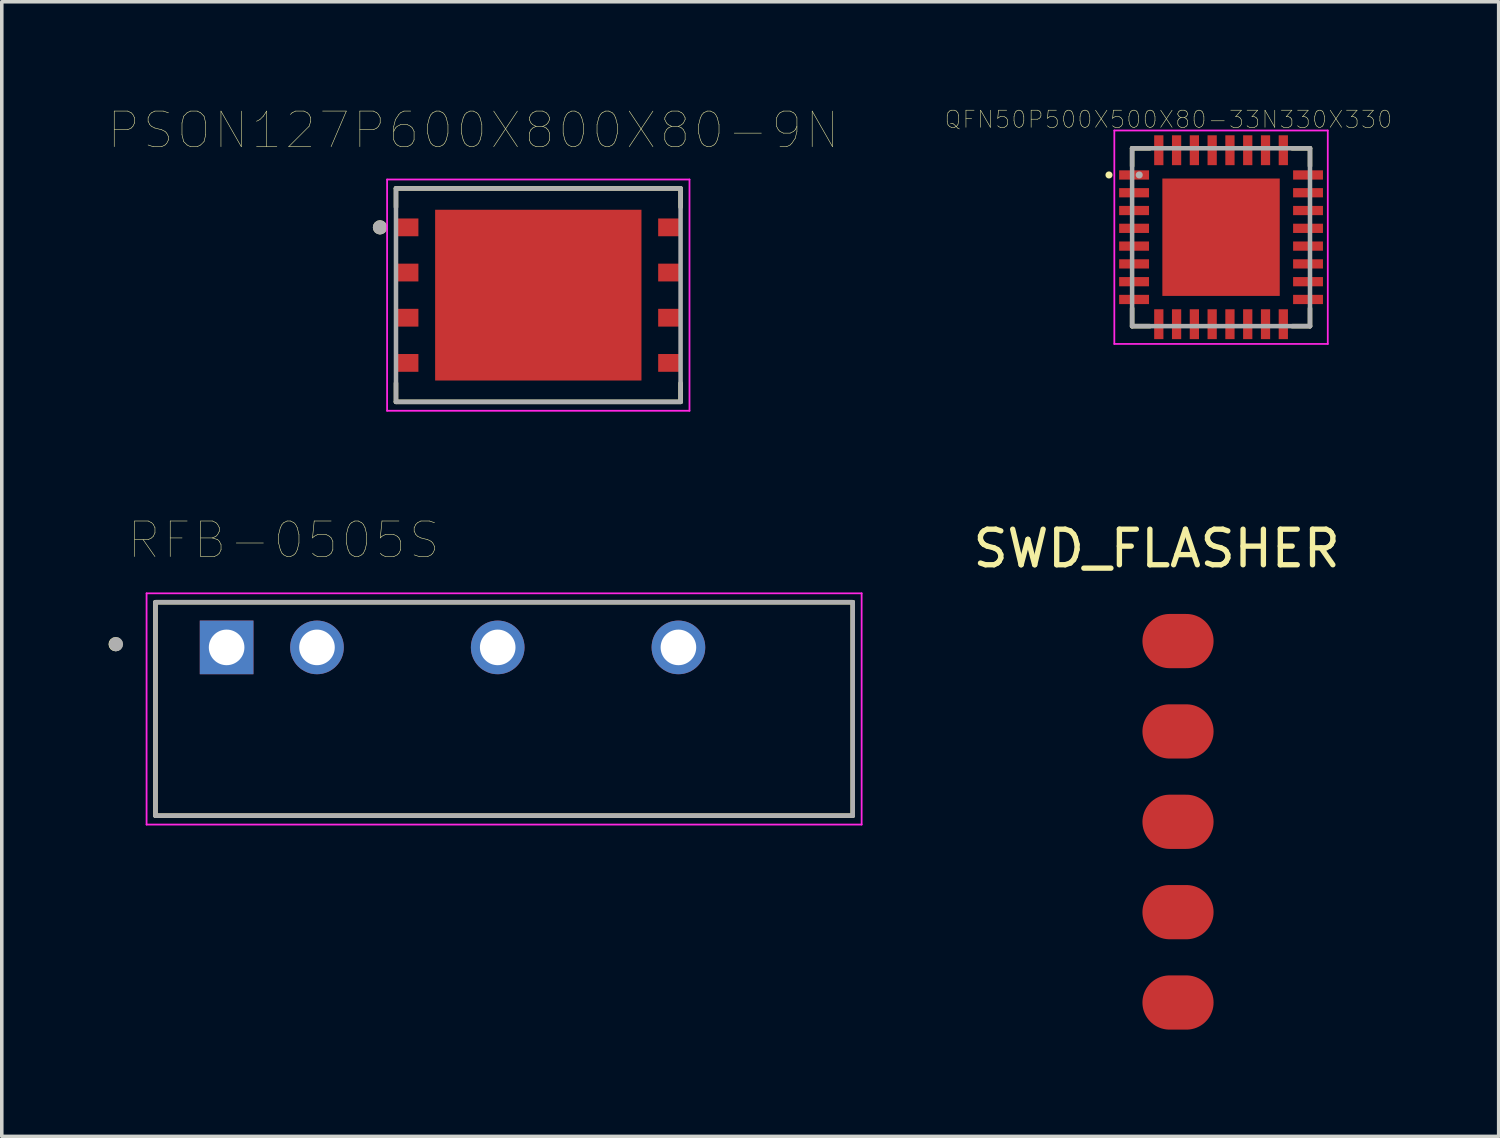
<source format=kicad_pcb>
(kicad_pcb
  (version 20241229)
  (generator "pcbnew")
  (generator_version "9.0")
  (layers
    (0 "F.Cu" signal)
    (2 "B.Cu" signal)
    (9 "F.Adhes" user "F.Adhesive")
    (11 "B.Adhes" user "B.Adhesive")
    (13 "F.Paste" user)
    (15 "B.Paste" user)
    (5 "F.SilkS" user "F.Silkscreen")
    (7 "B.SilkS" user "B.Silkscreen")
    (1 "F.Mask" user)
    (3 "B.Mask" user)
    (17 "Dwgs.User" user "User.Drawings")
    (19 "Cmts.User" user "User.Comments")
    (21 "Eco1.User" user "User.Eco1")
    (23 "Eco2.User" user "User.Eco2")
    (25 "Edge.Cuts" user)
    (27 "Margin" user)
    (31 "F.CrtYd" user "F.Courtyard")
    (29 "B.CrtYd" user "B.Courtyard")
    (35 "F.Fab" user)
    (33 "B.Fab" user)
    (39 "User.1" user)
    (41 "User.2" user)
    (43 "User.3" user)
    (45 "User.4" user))
  (footprint "SWD_FLASHER"
    (layer "F.Cu")
    (at 30.063 19.97)
    (property "Reference" "SWD_FLASHER" (at -0.6 -7.6 180) (layer "F.SilkS") (effects (font (size 1 1) (thickness 0.15))))
    (attr through_hole)
    (pad "1" smd oval (at 0 -5) (size 2 1.524) (layers "F.Cu" "F.Mask" "F.Paste"))
    (pad "2" smd oval (at 0 -2.46) (size 2 1.524) (layers "F.Cu" "F.Mask" "F.Paste"))
    (pad "3" smd oval (at 0 0.08) (size 2 1.524) (layers "F.Cu" "F.Mask" "F.Paste"))
    (pad "4" smd oval (at 0 2.62) (size 2 1.524) (layers "F.Cu" "F.Mask" "F.Paste"))
    (pad "5" smd oval (at 0 5.16) (size 2 1.524) (layers "F.Cu" "F.Mask" "F.Paste")))
  (footprint "QFN50P500X500X80-33N330X330"
    (layer "F.Cu")
    (at 31.273 3.618)
    (property "Reference" "QFN50P500X500X80-33N330X330" (at -1.479 -3.311 0) (layer "F.SilkS") (effects (font (size 0.481 0.481) (thickness 0.015))))
    (attr through_hole)
    (fp_line (start -2.5 -2.5) (end -2.5 -2) (stroke (width 0.127) (type solid)) (layer "F.SilkS"))
    (fp_line (start -2.5 2) (end -2.5 2.5) (stroke (width 0.127) (type solid)) (layer "F.SilkS"))
    (fp_line (start -2.5 2.5) (end -2 2.5) (stroke (width 0.127) (type solid)) (layer "F.SilkS"))
    (fp_line (start -2 -2.5) (end -2.5 -2.5) (stroke (width 0.127) (type solid)) (layer "F.SilkS"))
    (fp_line (start 2 -2.5) (end 2.5 -2.5) (stroke (width 0.127) (type solid)) (layer "F.SilkS"))
    (fp_line (start 2.5 -2.5) (end 2.5 -2) (stroke (width 0.127) (type solid)) (layer "F.SilkS"))
    (fp_line (start 2.5 2) (end 2.5 2.5) (stroke (width 0.127) (type solid)) (layer "F.SilkS"))
    (fp_line (start 2.5 2.5) (end 2 2.5) (stroke (width 0.127) (type solid)) (layer "F.SilkS"))
    (fp_circle (center -3.15 -1.75) (end -3.1 -1.75) (stroke (width 0.1) (type solid)) (fill no) (layer "F.SilkS"))
    (fp_line (start -3 -3) (end 3 -3) (stroke (width 0.05) (type solid)) (layer "F.CrtYd"))
    (fp_line (start -3 3) (end -3 -3) (stroke (width 0.05) (type solid)) (layer "F.CrtYd"))
    (fp_line (start 3 -3) (end 3 3) (stroke (width 0.05) (type solid)) (layer "F.CrtYd"))
    (fp_line (start 3 3) (end -3 3) (stroke (width 0.05) (type solid)) (layer "F.CrtYd"))
    (fp_line (start -2.5 -2.5) (end 2.5 -2.5) (stroke (width 0.127) (type solid)) (layer "F.Fab"))
    (fp_line (start -2.5 2.5) (end -2.5 -2.5) (stroke (width 0.127) (type solid)) (layer "F.Fab"))
    (fp_line (start 2.5 -2.5) (end 2.5 2.5) (stroke (width 0.127) (type solid)) (layer "F.Fab"))
    (fp_line (start 2.5 2.5) (end -2.5 2.5) (stroke (width 0.127) (type solid)) (layer "F.Fab"))
    (fp_circle (center -2.3 -1.75) (end -2.25 -1.75) (stroke (width 0.1) (type solid)) (fill no) (layer "F.Fab"))
    (pad "1" smd rect (at -2.445 -1.75) (size 0.84 0.26) (layers "F.Cu" "F.Mask" "F.Paste"))
    (pad "2" smd rect (at -2.445 -1.25) (size 0.84 0.26) (layers "F.Cu" "F.Mask" "F.Paste"))
    (pad "3" smd rect (at -2.445 -0.75) (size 0.84 0.26) (layers "F.Cu" "F.Mask" "F.Paste"))
    (pad "4" smd rect (at -2.445 -0.25) (size 0.84 0.26) (layers "F.Cu" "F.Mask" "F.Paste"))
    (pad "5" smd rect (at -2.445 0.25) (size 0.84 0.26) (layers "F.Cu" "F.Mask" "F.Paste"))
    (pad "6" smd rect (at -2.445 0.75) (size 0.84 0.26) (layers "F.Cu" "F.Mask" "F.Paste"))
    (pad "7" smd rect (at -2.445 1.25) (size 0.84 0.26) (layers "F.Cu" "F.Mask" "F.Paste"))
    (pad "8" smd rect (at -2.445 1.75) (size 0.84 0.26) (layers "F.Cu" "F.Mask" "F.Paste"))
    (pad "9" smd rect (at -1.75 2.445) (size 0.26 0.84) (layers "F.Cu" "F.Mask" "F.Paste"))
    (pad "10" smd rect (at -1.25 2.445) (size 0.26 0.84) (layers "F.Cu" "F.Mask" "F.Paste"))
    (pad "11" smd rect (at -0.75 2.445) (size 0.26 0.84) (layers "F.Cu" "F.Mask" "F.Paste"))
    (pad "12" smd rect (at -0.25 2.445) (size 0.26 0.84) (layers "F.Cu" "F.Mask" "F.Paste"))
    (pad "13" smd rect (at 0.25 2.445) (size 0.26 0.84) (layers "F.Cu" "F.Mask" "F.Paste"))
    (pad "14" smd rect (at 0.75 2.445) (size 0.26 0.84) (layers "F.Cu" "F.Mask" "F.Paste"))
    (pad "15" smd rect (at 1.25 2.445) (size 0.26 0.84) (layers "F.Cu" "F.Mask" "F.Paste"))
    (pad "16" smd rect (at 1.75 2.445) (size 0.26 0.84) (layers "F.Cu" "F.Mask" "F.Paste"))
    (pad "17" smd rect (at 2.445 1.75) (size 0.84 0.26) (layers "F.Cu" "F.Mask" "F.Paste"))
    (pad "18" smd rect (at 2.445 1.25) (size 0.84 0.26) (layers "F.Cu" "F.Mask" "F.Paste"))
    (pad "19" smd rect (at 2.445 0.75) (size 0.84 0.26) (layers "F.Cu" "F.Mask" "F.Paste"))
    (pad "20" smd rect (at 2.445 0.25) (size 0.84 0.26) (layers "F.Cu" "F.Mask" "F.Paste"))
    (pad "21" smd rect (at 2.445 -0.25) (size 0.84 0.26) (layers "F.Cu" "F.Mask" "F.Paste"))
    (pad "22" smd rect (at 2.445 -0.75) (size 0.84 0.26) (layers "F.Cu" "F.Mask" "F.Paste"))
    (pad "23" smd rect (at 2.445 -1.25) (size 0.84 0.26) (layers "F.Cu" "F.Mask" "F.Paste"))
    (pad "24" smd rect (at 2.445 -1.75) (size 0.84 0.26) (layers "F.Cu" "F.Mask" "F.Paste"))
    (pad "25" smd rect (at 1.75 -2.445) (size 0.26 0.84) (layers "F.Cu" "F.Mask" "F.Paste"))
    (pad "26" smd rect (at 1.25 -2.445) (size 0.26 0.84) (layers "F.Cu" "F.Mask" "F.Paste"))
    (pad "27" smd rect (at 0.75 -2.445) (size 0.26 0.84) (layers "F.Cu" "F.Mask" "F.Paste"))
    (pad "28" smd rect (at 0.25 -2.445) (size 0.26 0.84) (layers "F.Cu" "F.Mask" "F.Paste"))
    (pad "29" smd rect (at -0.25 -2.445) (size 0.26 0.84) (layers "F.Cu" "F.Mask" "F.Paste"))
    (pad "30" smd rect (at -0.75 -2.445) (size 0.26 0.84) (layers "F.Cu" "F.Mask" "F.Paste"))
    (pad "31" smd rect (at -1.25 -2.445) (size 0.26 0.84) (layers "F.Cu" "F.Mask" "F.Paste"))
    (pad "32" smd rect (at -1.75 -2.445) (size 0.26 0.84) (layers "F.Cu" "F.Mask" "F.Paste"))
    (pad "33" smd rect (at 0 0) (size 3.3 3.3) (layers "F.Cu" "F.Mask" "F.Paste")))
  (footprint "RFB-0505S"
    (layer "F.Cu")
    (at 11.12 16.878)
    (property "Reference" "RFB-0505S" (at -6.195 -4.745 0) (layer "F.SilkS") (effects (font (size 1 1) (thickness 0.015))))
    (attr through_hole)
    (fp_line (start -9.8 -3) (end -9.8 3) (stroke (width 0.127) (type solid)) (layer "F.SilkS"))
    (fp_line (start -9.8 3) (end 9.8 3) (stroke (width 0.127) (type solid)) (layer "F.SilkS"))
    (fp_line (start 9.8 -3) (end -9.8 -3) (stroke (width 0.127) (type solid)) (layer "F.SilkS"))
    (fp_line (start 9.8 3) (end 9.8 -3) (stroke (width 0.127) (type solid)) (layer "F.SilkS"))
    (fp_circle (center -10.92 -1.82) (end -10.82 -1.82) (stroke (width 0.2) (type solid)) (fill no) (layer "F.SilkS"))
    (fp_line (start -10.05 -3.25) (end -10.05 3.25) (stroke (width 0.05) (type solid)) (layer "F.CrtYd"))
    (fp_line (start -10.05 3.25) (end 10.05 3.25) (stroke (width 0.05) (type solid)) (layer "F.CrtYd"))
    (fp_line (start 10.05 -3.25) (end -10.05 -3.25) (stroke (width 0.05) (type solid)) (layer "F.CrtYd"))
    (fp_line (start 10.05 3.25) (end 10.05 -3.25) (stroke (width 0.05) (type solid)) (layer "F.CrtYd"))
    (fp_line (start -9.8 -3) (end -9.8 3) (stroke (width 0.127) (type solid)) (layer "F.Fab"))
    (fp_line (start -9.8 3) (end 9.8 3) (stroke (width 0.127) (type solid)) (layer "F.Fab"))
    (fp_line (start 9.8 -3) (end -9.8 -3) (stroke (width 0.127) (type solid)) (layer "F.Fab"))
    (fp_line (start 9.8 3) (end 9.8 -3) (stroke (width 0.127) (type solid)) (layer "F.Fab"))
    (fp_circle (center -10.91 -1.82) (end -10.81 -1.82) (stroke (width 0.2) (type solid)) (fill no) (layer "F.Fab"))
    (pad "1" thru_hole rect (at -7.8 -1.73) (size 1.508 1.508) (drill 1) (layers "*.Cu" "*.Mask"))
    (pad "2" thru_hole circle (at -5.26 -1.73) (size 1.508 1.508) (drill 1) (layers "*.Cu" "*.Mask"))
    (pad "4" thru_hole circle (at -0.18 -1.73) (size 1.508 1.508) (drill 1) (layers "*.Cu" "*.Mask"))
    (pad "6" thru_hole circle (at 4.9 -1.73) (size 1.508 1.508) (drill 1) (layers "*.Cu" "*.Mask")))
  (footprint "PSON127P600X800X80-9N"
    (layer "F.Cu")
    (at 12.081 5.246)
    (property "Reference" "PSON127P600X800X80-9N" (at -1.825 -4.635 0) (layer "F.SilkS") (effects (font (size 1 1) (thickness 0.015))))
    (attr through_hole)
    (fp_line (start -4 -3) (end 4 -3) (stroke (width 0.127) (type solid)) (layer "F.SilkS"))
    (fp_line (start -4 -2.475) (end -4 -3) (stroke (width 0.127) (type solid)) (layer "F.SilkS"))
    (fp_line (start -4 3) (end -4 2.475) (stroke (width 0.127) (type solid)) (layer "F.SilkS"))
    (fp_line (start 4 -3) (end 4 -2.475) (stroke (width 0.127) (type solid)) (layer "F.SilkS"))
    (fp_line (start 4 2.475) (end 4 3) (stroke (width 0.127) (type solid)) (layer "F.SilkS"))
    (fp_line (start 4 3) (end -4 3) (stroke (width 0.127) (type solid)) (layer "F.SilkS"))
    (fp_circle (center -4.45 -1.905) (end -4.35 -1.905) (stroke (width 0.2) (type solid)) (fill no) (layer "F.SilkS"))
    (fp_poly (pts (xy -2.64 -2.015) (xy -1.22 -2.015) (xy -1.22 -0.385) (xy -2.64 -0.385)) (stroke (width 0.01) (type solid)) (fill yes) (layer "F.Paste"))
    (fp_poly (pts (xy -2.64 0.385) (xy -1.22 0.385) (xy -1.22 2.015) (xy -2.64 2.015)) (stroke (width 0.01) (type solid)) (fill yes) (layer "F.Paste"))
    (fp_poly (pts (xy -0.71 -2.015) (xy 0.71 -2.015) (xy 0.71 -0.385) (xy -0.71 -0.385)) (stroke (width 0.01) (type solid)) (fill yes) (layer "F.Paste"))
    (fp_poly (pts (xy -0.71 0.385) (xy 0.71 0.385) (xy 0.71 2.015) (xy -0.71 2.015)) (stroke (width 0.01) (type solid)) (fill yes) (layer "F.Paste"))
    (fp_poly (pts (xy 1.22 -2.015) (xy 2.64 -2.015) (xy 2.64 -0.385) (xy 1.22 -0.385)) (stroke (width 0.01) (type solid)) (fill yes) (layer "F.Paste"))
    (fp_poly (pts (xy 1.22 0.385) (xy 2.64 0.385) (xy 2.64 2.015) (xy 1.22 2.015)) (stroke (width 0.01) (type solid)) (fill yes) (layer "F.Paste"))
    (fp_line (start -4.25 -3.25) (end 4.25 -3.25) (stroke (width 0.05) (type solid)) (layer "F.CrtYd"))
    (fp_line (start -4.25 3.25) (end -4.25 -3.25) (stroke (width 0.05) (type solid)) (layer "F.CrtYd"))
    (fp_line (start 4.25 -3.25) (end 4.25 3.25) (stroke (width 0.05) (type solid)) (layer "F.CrtYd"))
    (fp_line (start 4.25 3.25) (end -4.25 3.25) (stroke (width 0.05) (type solid)) (layer "F.CrtYd"))
    (fp_line (start -4 -3) (end 4 -3) (stroke (width 0.127) (type solid)) (layer "F.Fab"))
    (fp_line (start -4 3) (end -4 -3) (stroke (width 0.127) (type solid)) (layer "F.Fab"))
    (fp_line (start 4 -3) (end 4 3) (stroke (width 0.127) (type solid)) (layer "F.Fab"))
    (fp_line (start 4 3) (end -4 3) (stroke (width 0.127) (type solid)) (layer "F.Fab"))
    (fp_circle (center -4.45 -1.905) (end -4.35 -1.905) (stroke (width 0.2) (type solid)) (fill no) (layer "F.Fab"))
    (pad "1" smd rect (at -3.675 -1.905) (size 0.61 0.5) (layers "F.Cu" "F.Mask" "F.Paste"))
    (pad "2" smd rect (at -3.675 -0.635) (size 0.61 0.5) (layers "F.Cu" "F.Mask" "F.Paste"))
    (pad "3" smd rect (at -3.675 0.635) (size 0.61 0.5) (layers "F.Cu" "F.Mask" "F.Paste"))
    (pad "4" smd rect (at -3.675 1.905) (size 0.61 0.5) (layers "F.Cu" "F.Mask" "F.Paste"))
    (pad "5" smd rect (at 3.675 1.905) (size 0.61 0.5) (layers "F.Cu" "F.Mask" "F.Paste"))
    (pad "6" smd rect (at 3.675 0.635) (size 0.61 0.5) (layers "F.Cu" "F.Mask" "F.Paste"))
    (pad "7" smd rect (at 3.675 -0.635) (size 0.61 0.5) (layers "F.Cu" "F.Mask" "F.Paste"))
    (pad "8" smd rect (at 3.675 -1.905) (size 0.61 0.5) (layers "F.Cu" "F.Mask" "F.Paste"))
    (pad "9" smd rect (at 0 0) (size 5.8 4.8) (layers "F.Cu" "F.Mask")))
  (gr_rect
    (start -3 -3)
    (end 39.077 28.892)
    (stroke (width 0.1) (type default))
    (fill no)
    (layer "Edge.Cuts")))
</source>
